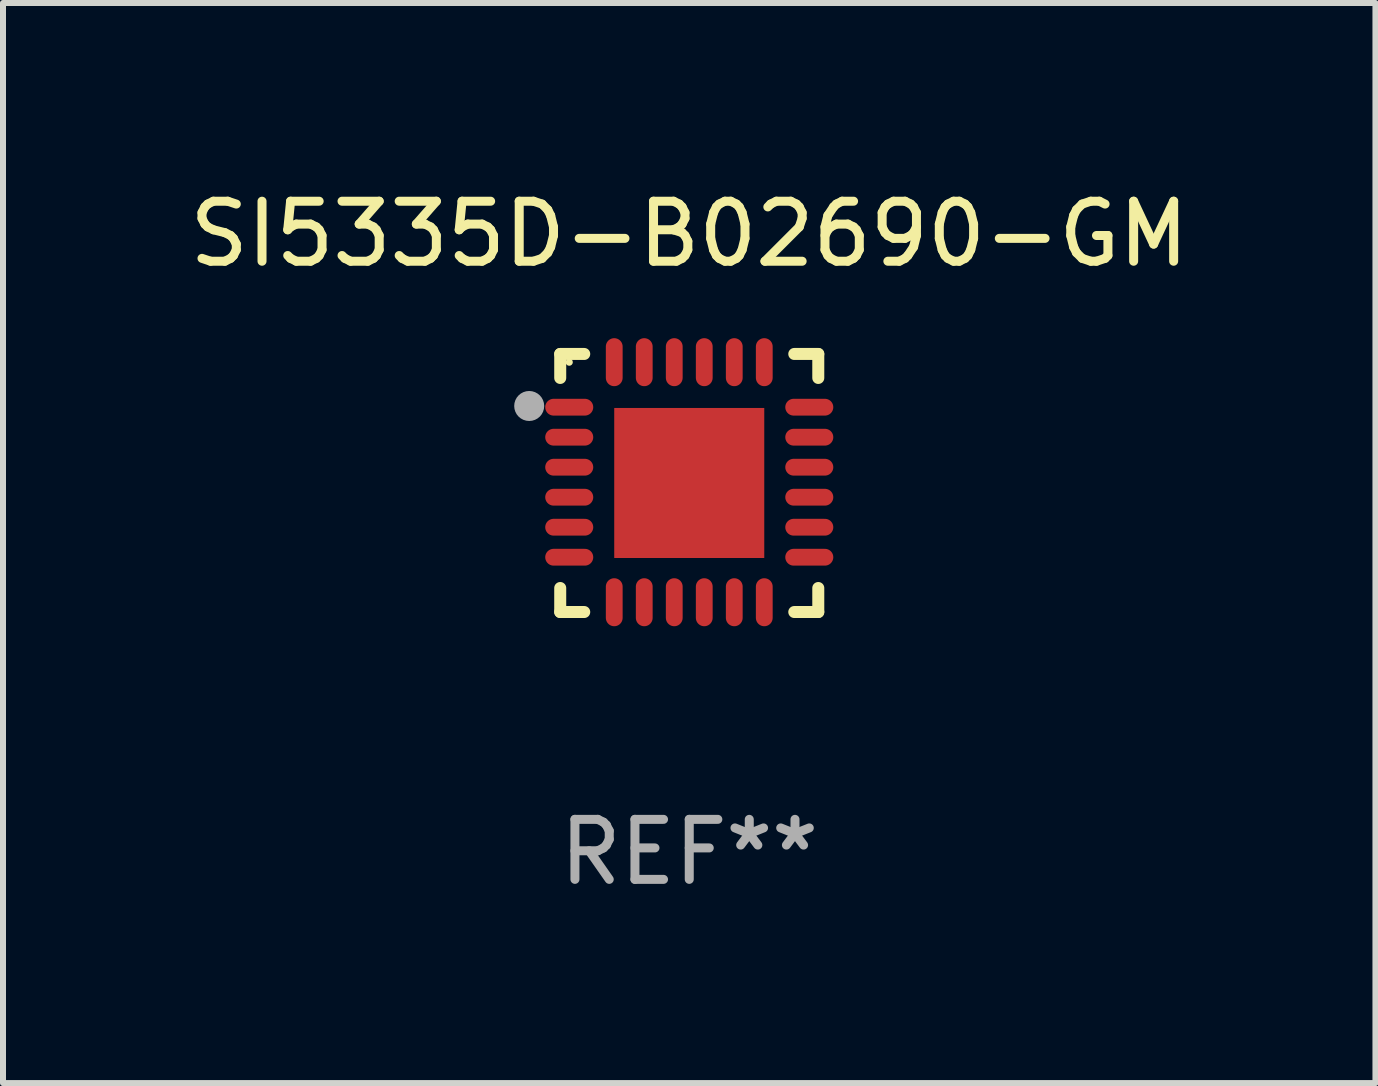
<source format=kicad_pcb>
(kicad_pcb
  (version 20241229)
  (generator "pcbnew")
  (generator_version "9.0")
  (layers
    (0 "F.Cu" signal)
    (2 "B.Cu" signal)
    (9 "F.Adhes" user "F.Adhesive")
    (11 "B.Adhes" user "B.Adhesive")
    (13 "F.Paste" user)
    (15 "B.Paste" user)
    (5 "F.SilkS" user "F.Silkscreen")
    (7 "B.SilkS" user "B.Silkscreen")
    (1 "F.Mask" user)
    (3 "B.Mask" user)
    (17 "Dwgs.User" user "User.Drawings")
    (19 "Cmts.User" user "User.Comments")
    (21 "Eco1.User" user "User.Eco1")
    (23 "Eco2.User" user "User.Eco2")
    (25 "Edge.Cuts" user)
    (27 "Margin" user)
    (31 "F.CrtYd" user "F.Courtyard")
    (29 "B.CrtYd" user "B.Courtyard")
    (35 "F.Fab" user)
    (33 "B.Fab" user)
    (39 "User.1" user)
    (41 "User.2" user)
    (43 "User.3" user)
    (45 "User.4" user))
  (footprint "SI5335D-B02690-GM"
    (layer "F.Cu")
    (at 8.435 4.998)
    (property "Reference" "SI5335D-B02690-GM" (at 0 -4.15 0) (layer "F.SilkS") (effects (font (size 1 1) (thickness 0.15))))
    (attr through_hole)
    (fp_line (start -2.15 -2.15) (end -1.75 -2.15) (stroke (width 0.2) (type solid)) (layer "F.SilkS"))
    (fp_line (start -2.15 -1.75) (end -2.15 -2.15) (stroke (width 0.2) (type solid)) (layer "F.SilkS"))
    (fp_line (start -2.15 2.15) (end -2.15 1.75) (stroke (width 0.2) (type solid)) (layer "F.SilkS"))
    (fp_line (start -1.75 2.15) (end -2.15 2.15) (stroke (width 0.2) (type solid)) (layer "F.SilkS"))
    (fp_line (start 1.75 -2.15) (end 2.15 -2.15) (stroke (width 0.2) (type solid)) (layer "F.SilkS"))
    (fp_line (start 1.75 2.15) (end 2.15 2.15) (stroke (width 0.2) (type solid)) (layer "F.SilkS"))
    (fp_line (start 2.15 -2.15) (end 2.15 -1.75) (stroke (width 0.2) (type solid)) (layer "F.SilkS"))
    (fp_line (start 2.15 2.15) (end 2.15 1.75) (stroke (width 0.2) (type solid)) (layer "F.SilkS"))
    (fp_circle (center -2 -2.013) (end -1.97 -2.013) (stroke (width 0.06) (type solid)) (fill no) (layer "F.SilkS"))
    (fp_circle (center -2.667 -1.283) (end -2.542 -1.283) (stroke (width 0.25) (type solid)) (fill no) (layer "F.Fab"))
    (fp_text user "REF**" (at 0 6.15 0) (layer "F.Fab") (effects (font (size 1 1) (thickness 0.15))))
    (pad "1" smd oval (at -2 -1.263) (size 0.8 0.28) (layers "F.Cu" "F.Mask" "F.Paste"))
    (pad "2" smd oval (at -2 -0.763) (size 0.8 0.28) (layers "F.Cu" "F.Mask" "F.Paste"))
    (pad "3" smd oval (at -2 -0.263) (size 0.8 0.28) (layers "F.Cu" "F.Mask" "F.Paste"))
    (pad "4" smd oval (at -2 0.237) (size 0.8 0.28) (layers "F.Cu" "F.Mask" "F.Paste"))
    (pad "5" smd oval (at -2 0.737) (size 0.8 0.28) (layers "F.Cu" "F.Mask" "F.Paste"))
    (pad "6" smd oval (at -2 1.237) (size 0.8 0.28) (layers "F.Cu" "F.Mask" "F.Paste"))
    (pad "7" smd oval (at -1.25 1.987) (size 0.28 0.8) (layers "F.Cu" "F.Mask" "F.Paste"))
    (pad "8" smd oval (at -0.75 1.987) (size 0.28 0.8) (layers "F.Cu" "F.Mask" "F.Paste"))
    (pad "9" smd oval (at -0.25 1.987) (size 0.28 0.8) (layers "F.Cu" "F.Mask" "F.Paste"))
    (pad "10" smd oval (at 0.25 1.987) (size 0.28 0.8) (layers "F.Cu" "F.Mask" "F.Paste"))
    (pad "11" smd oval (at 0.75 1.987) (size 0.28 0.8) (layers "F.Cu" "F.Mask" "F.Paste"))
    (pad "12" smd oval (at 1.25 1.987) (size 0.28 0.8) (layers "F.Cu" "F.Mask" "F.Paste"))
    (pad "13" smd oval (at 2 1.237) (size 0.8 0.28) (layers "F.Cu" "F.Mask" "F.Paste"))
    (pad "14" smd oval (at 2 0.737) (size 0.8 0.28) (layers "F.Cu" "F.Mask" "F.Paste"))
    (pad "15" smd oval (at 2 0.237) (size 0.8 0.28) (layers "F.Cu" "F.Mask" "F.Paste"))
    (pad "16" smd oval (at 2 -0.263) (size 0.8 0.28) (layers "F.Cu" "F.Mask" "F.Paste"))
    (pad "17" smd oval (at 2 -0.763) (size 0.8 0.28) (layers "F.Cu" "F.Mask" "F.Paste"))
    (pad "18" smd oval (at 2 -1.263) (size 0.8 0.28) (layers "F.Cu" "F.Mask" "F.Paste"))
    (pad "19" smd oval (at 1.25 -2.013) (size 0.28 0.8) (layers "F.Cu" "F.Mask" "F.Paste"))
    (pad "20" smd oval (at 0.75 -2.013) (size 0.28 0.8) (layers "F.Cu" "F.Mask" "F.Paste"))
    (pad "21" smd oval (at 0.25 -2.013) (size 0.28 0.8) (layers "F.Cu" "F.Mask" "F.Paste"))
    (pad "22" smd oval (at -0.25 -2.013) (size 0.28 0.8) (layers "F.Cu" "F.Mask" "F.Paste"))
    (pad "23" smd oval (at -0.75 -2.013) (size 0.28 0.8) (layers "F.Cu" "F.Mask" "F.Paste"))
    (pad "24" smd oval (at -1.25 -2.013) (size 0.28 0.8) (layers "F.Cu" "F.Mask" "F.Paste"))
    (pad "25" smd rect (at -0.000127 -0.00014) (size 2.5 2.5) (layers "F.Cu" "F.Mask" "F.Paste")))
  (gr_rect
    (start -3 -3)
    (end 19.869 14.997)
    (stroke (width 0.1) (type default))
    (fill no)
    (layer "Edge.Cuts")))
</source>
